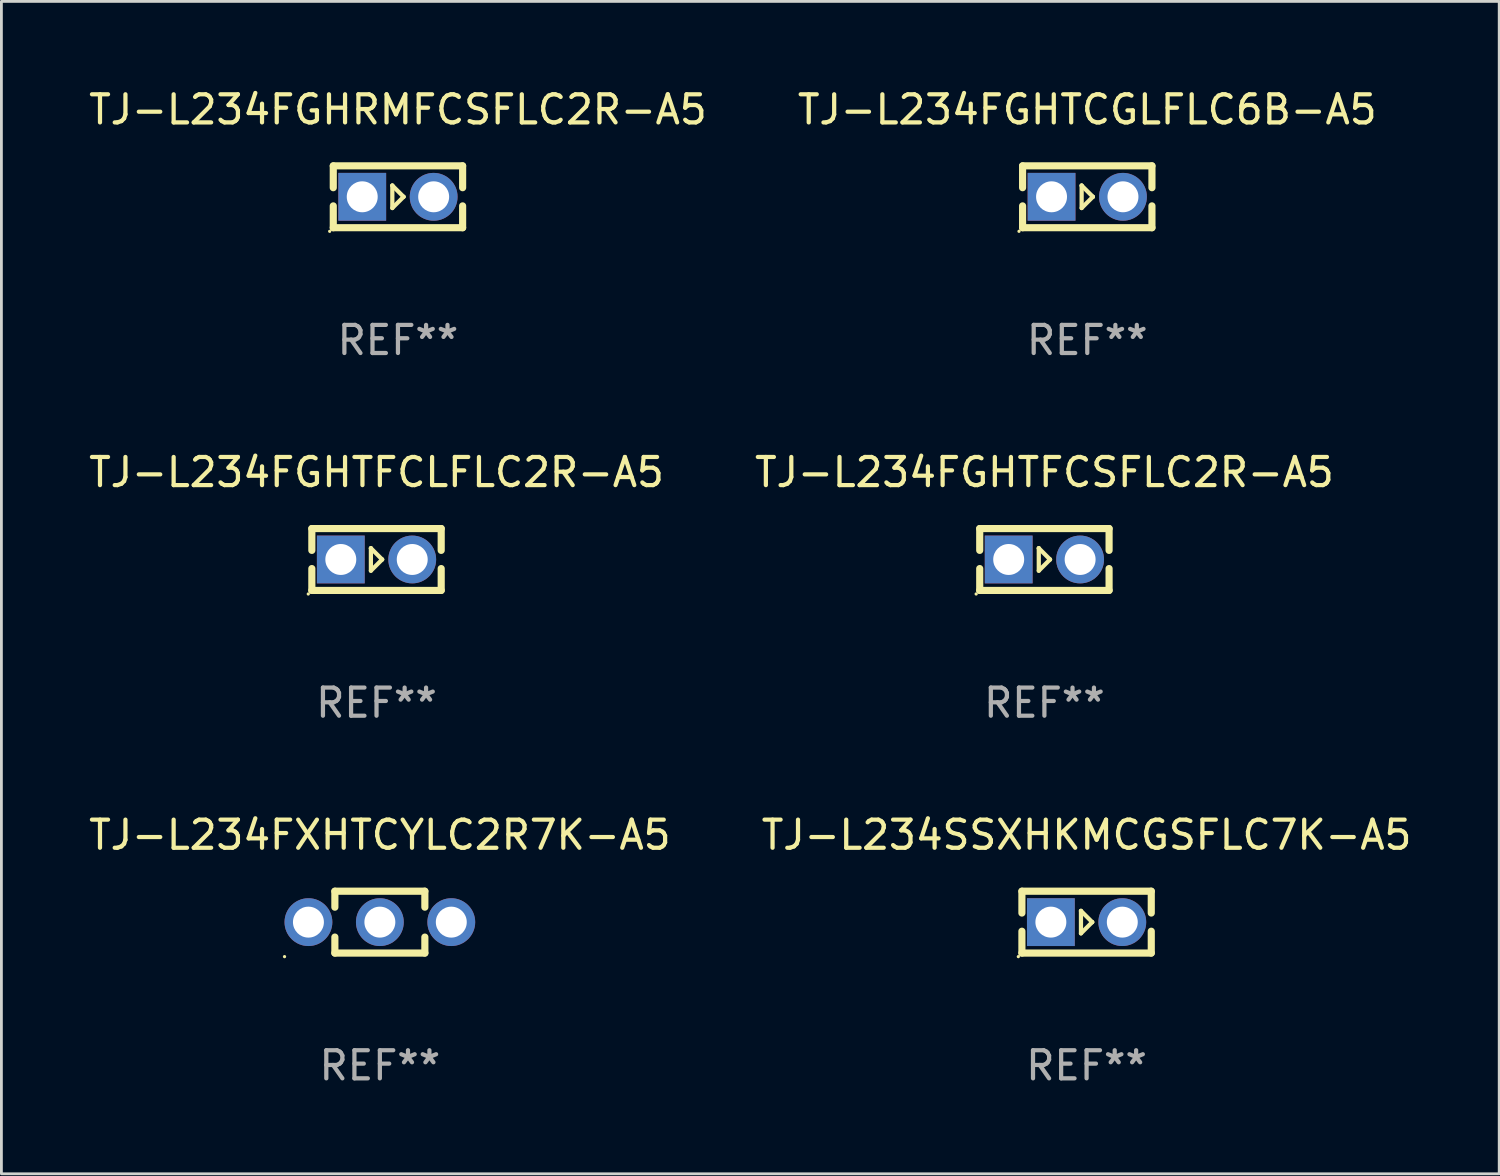
<source format=kicad_pcb>
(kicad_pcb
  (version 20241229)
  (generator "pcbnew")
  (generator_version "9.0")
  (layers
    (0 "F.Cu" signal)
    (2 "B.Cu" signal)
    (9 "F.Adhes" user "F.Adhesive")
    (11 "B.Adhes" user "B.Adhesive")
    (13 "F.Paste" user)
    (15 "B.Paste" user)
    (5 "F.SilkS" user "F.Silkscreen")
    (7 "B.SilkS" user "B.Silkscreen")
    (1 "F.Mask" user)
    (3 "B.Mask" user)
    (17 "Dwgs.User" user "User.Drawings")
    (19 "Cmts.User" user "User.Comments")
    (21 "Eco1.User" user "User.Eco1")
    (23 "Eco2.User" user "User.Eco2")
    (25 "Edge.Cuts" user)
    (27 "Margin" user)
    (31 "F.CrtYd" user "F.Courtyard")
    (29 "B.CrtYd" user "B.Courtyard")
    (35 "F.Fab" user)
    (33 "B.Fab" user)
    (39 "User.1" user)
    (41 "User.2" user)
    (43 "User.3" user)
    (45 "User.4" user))
  (footprint "TJ-L234FGHTFCLFLC2R-A5"
    (layer "F.Cu")
    (at 10.339 16.845)
    (property "Reference" "TJ-L234FGHTFCLFLC2R-A5" (at 0 -3.1 0) (layer "F.SilkS") (effects (font (size 1 1) (thickness 0.15))))
    (attr through_hole)
    (fp_line (start -2.3 -1.1) (end -2.3 -0.323) (stroke (width 0.254) (type solid)) (layer "F.SilkS"))
    (fp_line (start -2.3 -1.1) (end 2.3 -1.1) (stroke (width 0.254) (type solid)) (layer "F.SilkS"))
    (fp_line (start -2.3 0.323) (end -2.3 1.1) (stroke (width 0.254) (type solid)) (layer "F.SilkS"))
    (fp_line (start -2.3 1.1) (end 2.3 1.1) (stroke (width 0.254) (type solid)) (layer "F.SilkS"))
    (fp_line (start -0.2 -0.4) (end -0.2 -0.4) (stroke (width 0.15) (type solid)) (layer "F.SilkS"))
    (fp_line (start -0.2 -0.4) (end -0.2 0.4) (stroke (width 0.15) (type solid)) (layer "F.SilkS"))
    (fp_line (start -0.2 -0.4) (end 0.2 0) (stroke (width 0.15) (type solid)) (layer "F.SilkS"))
    (fp_line (start 0.2 0) (end -0.2 0.4) (stroke (width 0.15) (type solid)) (layer "F.SilkS"))
    (fp_line (start 0.2 0) (end 0.2 0) (stroke (width 0.15) (type solid)) (layer "F.SilkS"))
    (fp_line (start 2.3 -1.1) (end 2.3 -0.323) (stroke (width 0.254) (type solid)) (layer "F.SilkS"))
    (fp_line (start 2.3 0.323) (end 2.3 1.1) (stroke (width 0.254) (type solid)) (layer "F.SilkS"))
    (fp_circle (center -2.427 1.227) (end -2.397 1.227) (stroke (width 0.06) (type solid)) (fill no) (layer "F.SilkS"))
    (fp_text user "REF**" (at 0 5.1 0) (layer "F.Fab") (effects (font (size 1 1) (thickness 0.15))))
    (pad "1" thru_hole rect (at -1.27 0) (size 1.7 1.7) (drill 1.1) (layers "*.Cu" "*.Mask"))
    (pad "2" thru_hole circle (at 1.27 0) (size 1.7 1.7) (drill 1.1) (layers "*.Cu" "*.Mask")))
  (footprint "TJ-L234FXHTCYLC2R7K-A5"
    (layer "F.Cu")
    (at 10.458 29.741)
    (property "Reference" "TJ-L234FXHTCYLC2R7K-A5" (at 0 -3.1 0) (layer "F.SilkS") (effects (font (size 1 1) (thickness 0.15))))
    (attr through_hole)
    (fp_line (start -1.6 0.531) (end -1.6 1.1) (stroke (width 0.254) (type solid)) (layer "F.SilkS"))
    (fp_line (start -1.6 1.1) (end 1.6 1.1) (stroke (width 0.254) (type solid)) (layer "F.SilkS"))
    (fp_line (start -1.6 -1.1) (end -1.6 -0.531) (stroke (width 0.254) (type solid)) (layer "F.SilkS"))
    (fp_line (start -1.6 -1.1) (end 1.6 -1.1) (stroke (width 0.254) (type solid)) (layer "F.SilkS"))
    (fp_line (start 1.6 -1.1) (end 1.6 -0.532) (stroke (width 0.254) (type solid)) (layer "F.SilkS"))
    (fp_line (start 1.6 0.532) (end 1.6 1.1) (stroke (width 0.254) (type solid)) (layer "F.SilkS"))
    (fp_circle (center -3.39 1.227) (end -3.36 1.227) (stroke (width 0.06) (type solid)) (fill no) (layer "F.SilkS"))
    (fp_text user "REF**" (at 0 5.1 0) (layer "F.Fab") (effects (font (size 1 1) (thickness 0.15))))
    (pad "1" thru_hole circle (at -2.54 0.000089) (size 1.7 1.7) (drill 1.1) (layers "*.Cu" "*.Mask"))
    (pad "2" thru_hole circle (at 0 0.000089) (size 1.7 1.7) (drill 1.1) (layers "*.Cu" "*.Mask"))
    (pad "3" thru_hole circle (at 2.54 0.000089) (size 1.7 1.7) (drill 1.1) (layers "*.Cu" "*.Mask")))
  (footprint "TJ-L234SSXHKMCGSFLC7K-A5"
    (layer "F.Cu")
    (at 35.589 29.741)
    (property "Reference" "TJ-L234SSXHKMCGSFLC7K-A5" (at 0 -3.1 0) (layer "F.SilkS") (effects (font (size 1 1) (thickness 0.15))))
    (attr through_hole)
    (fp_line (start -2.3 -1.1) (end -2.3 -0.323) (stroke (width 0.254) (type solid)) (layer "F.SilkS"))
    (fp_line (start -2.3 -1.1) (end 2.3 -1.1) (stroke (width 0.254) (type solid)) (layer "F.SilkS"))
    (fp_line (start -2.3 0.323) (end -2.3 1.1) (stroke (width 0.254) (type solid)) (layer "F.SilkS"))
    (fp_line (start -2.3 1.1) (end 2.3 1.1) (stroke (width 0.254) (type solid)) (layer "F.SilkS"))
    (fp_line (start -0.2 -0.4) (end -0.2 -0.4) (stroke (width 0.15) (type solid)) (layer "F.SilkS"))
    (fp_line (start -0.2 -0.4) (end -0.2 0.4) (stroke (width 0.15) (type solid)) (layer "F.SilkS"))
    (fp_line (start -0.2 -0.4) (end 0.2 0) (stroke (width 0.15) (type solid)) (layer "F.SilkS"))
    (fp_line (start 0.2 0) (end -0.2 0.4) (stroke (width 0.15) (type solid)) (layer "F.SilkS"))
    (fp_line (start 0.2 0) (end 0.2 0) (stroke (width 0.15) (type solid)) (layer "F.SilkS"))
    (fp_line (start 2.3 -1.1) (end 2.3 -0.323) (stroke (width 0.254) (type solid)) (layer "F.SilkS"))
    (fp_line (start 2.3 0.323) (end 2.3 1.1) (stroke (width 0.254) (type solid)) (layer "F.SilkS"))
    (fp_circle (center -2.427 1.227) (end -2.397 1.227) (stroke (width 0.06) (type solid)) (fill no) (layer "F.SilkS"))
    (fp_text user "REF**" (at 0 5.1 0) (layer "F.Fab") (effects (font (size 1 1) (thickness 0.15))))
    (pad "1" thru_hole rect (at -1.27 0) (size 1.7 1.7) (drill 1.1) (layers "*.Cu" "*.Mask"))
    (pad "2" thru_hole circle (at 1.27 0) (size 1.7 1.7) (drill 1.1) (layers "*.Cu" "*.Mask")))
  (footprint "TJ-L234FGHRMFCSFLC2R-A5"
    (layer "F.Cu")
    (at 11.101 3.948)
    (property "Reference" "TJ-L234FGHRMFCSFLC2R-A5" (at 0 -3.1 0) (layer "F.SilkS") (effects (font (size 1 1) (thickness 0.15))))
    (attr through_hole)
    (fp_line (start -2.3 -1.1) (end -2.3 -0.323) (stroke (width 0.254) (type solid)) (layer "F.SilkS"))
    (fp_line (start -2.3 -1.1) (end 2.3 -1.1) (stroke (width 0.254) (type solid)) (layer "F.SilkS"))
    (fp_line (start -2.3 0.323) (end -2.3 1.1) (stroke (width 0.254) (type solid)) (layer "F.SilkS"))
    (fp_line (start -2.3 1.1) (end 2.3 1.1) (stroke (width 0.254) (type solid)) (layer "F.SilkS"))
    (fp_line (start -0.2 -0.4) (end -0.2 -0.4) (stroke (width 0.15) (type solid)) (layer "F.SilkS"))
    (fp_line (start -0.2 -0.4) (end -0.2 0.4) (stroke (width 0.15) (type solid)) (layer "F.SilkS"))
    (fp_line (start -0.2 -0.4) (end 0.2 0) (stroke (width 0.15) (type solid)) (layer "F.SilkS"))
    (fp_line (start 0.2 0) (end -0.2 0.4) (stroke (width 0.15) (type solid)) (layer "F.SilkS"))
    (fp_line (start 0.2 0) (end 0.2 0) (stroke (width 0.15) (type solid)) (layer "F.SilkS"))
    (fp_line (start 2.3 -1.1) (end 2.3 -0.323) (stroke (width 0.254) (type solid)) (layer "F.SilkS"))
    (fp_line (start 2.3 0.323) (end 2.3 1.1) (stroke (width 0.254) (type solid)) (layer "F.SilkS"))
    (fp_circle (center -2.427 1.227) (end -2.397 1.227) (stroke (width 0.06) (type solid)) (fill no) (layer "F.SilkS"))
    (fp_text user "REF**" (at 0 5.1 0) (layer "F.Fab") (effects (font (size 1 1) (thickness 0.15))))
    (pad "1" thru_hole rect (at -1.27 0) (size 1.7 1.7) (drill 1.1) (layers "*.Cu" "*.Mask"))
    (pad "2" thru_hole circle (at 1.27 0) (size 1.7 1.7) (drill 1.1) (layers "*.Cu" "*.Mask")))
  (footprint "TJ-L234FGHTCGLFLC6B-A5"
    (layer "F.Cu")
    (at 35.613 3.948)
    (property "Reference" "TJ-L234FGHTCGLFLC6B-A5" (at 0 -3.1 0) (layer "F.SilkS") (effects (font (size 1 1) (thickness 0.15))))
    (attr through_hole)
    (fp_line (start -2.3 -1.1) (end -2.3 -0.323) (stroke (width 0.254) (type solid)) (layer "F.SilkS"))
    (fp_line (start -2.3 -1.1) (end 2.3 -1.1) (stroke (width 0.254) (type solid)) (layer "F.SilkS"))
    (fp_line (start -2.3 0.323) (end -2.3 1.1) (stroke (width 0.254) (type solid)) (layer "F.SilkS"))
    (fp_line (start -2.3 1.1) (end 2.3 1.1) (stroke (width 0.254) (type solid)) (layer "F.SilkS"))
    (fp_line (start -0.2 -0.4) (end -0.2 -0.4) (stroke (width 0.15) (type solid)) (layer "F.SilkS"))
    (fp_line (start -0.2 -0.4) (end -0.2 0.4) (stroke (width 0.15) (type solid)) (layer "F.SilkS"))
    (fp_line (start -0.2 -0.4) (end 0.2 0) (stroke (width 0.15) (type solid)) (layer "F.SilkS"))
    (fp_line (start 0.2 0) (end -0.2 0.4) (stroke (width 0.15) (type solid)) (layer "F.SilkS"))
    (fp_line (start 0.2 0) (end 0.2 0) (stroke (width 0.15) (type solid)) (layer "F.SilkS"))
    (fp_line (start 2.3 -1.1) (end 2.3 -0.323) (stroke (width 0.254) (type solid)) (layer "F.SilkS"))
    (fp_line (start 2.3 0.323) (end 2.3 1.1) (stroke (width 0.254) (type solid)) (layer "F.SilkS"))
    (fp_circle (center -2.427 1.227) (end -2.397 1.227) (stroke (width 0.06) (type solid)) (fill no) (layer "F.SilkS"))
    (fp_text user "REF**" (at 0 5.1 0) (layer "F.Fab") (effects (font (size 1 1) (thickness 0.15))))
    (pad "1" thru_hole rect (at -1.27 0) (size 1.7 1.7) (drill 1.1) (layers "*.Cu" "*.Mask"))
    (pad "2" thru_hole circle (at 1.27 0) (size 1.7 1.7) (drill 1.1) (layers "*.Cu" "*.Mask")))
  (footprint "TJ-L234FGHTFCSFLC2R-A5"
    (layer "F.Cu")
    (at 34.089 16.845)
    (property "Reference" "TJ-L234FGHTFCSFLC2R-A5" (at 0 -3.1 0) (layer "F.SilkS") (effects (font (size 1 1) (thickness 0.15))))
    (attr through_hole)
    (fp_line (start -2.3 -1.1) (end -2.3 -0.323) (stroke (width 0.254) (type solid)) (layer "F.SilkS"))
    (fp_line (start -2.3 -1.1) (end 2.3 -1.1) (stroke (width 0.254) (type solid)) (layer "F.SilkS"))
    (fp_line (start -2.3 0.323) (end -2.3 1.1) (stroke (width 0.254) (type solid)) (layer "F.SilkS"))
    (fp_line (start -2.3 1.1) (end 2.3 1.1) (stroke (width 0.254) (type solid)) (layer "F.SilkS"))
    (fp_line (start -0.2 -0.4) (end -0.2 -0.4) (stroke (width 0.15) (type solid)) (layer "F.SilkS"))
    (fp_line (start -0.2 -0.4) (end -0.2 0.4) (stroke (width 0.15) (type solid)) (layer "F.SilkS"))
    (fp_line (start -0.2 -0.4) (end 0.2 0) (stroke (width 0.15) (type solid)) (layer "F.SilkS"))
    (fp_line (start 0.2 0) (end -0.2 0.4) (stroke (width 0.15) (type solid)) (layer "F.SilkS"))
    (fp_line (start 0.2 0) (end 0.2 0) (stroke (width 0.15) (type solid)) (layer "F.SilkS"))
    (fp_line (start 2.3 -1.1) (end 2.3 -0.323) (stroke (width 0.254) (type solid)) (layer "F.SilkS"))
    (fp_line (start 2.3 0.323) (end 2.3 1.1) (stroke (width 0.254) (type solid)) (layer "F.SilkS"))
    (fp_circle (center -2.427 1.227) (end -2.397 1.227) (stroke (width 0.06) (type solid)) (fill no) (layer "F.SilkS"))
    (fp_text user "REF**" (at 0 5.1 0) (layer "F.Fab") (effects (font (size 1 1) (thickness 0.15))))
    (pad "1" thru_hole rect (at -1.27 0) (size 1.7 1.7) (drill 1.1) (layers "*.Cu" "*.Mask"))
    (pad "2" thru_hole circle (at 1.27 0) (size 1.7 1.7) (drill 1.1) (layers "*.Cu" "*.Mask")))
  (gr_rect
    (start -3 -3)
    (end 50.262 38.69)
    (stroke (width 0.1) (type default))
    (fill no)
    (layer "Edge.Cuts")))
</source>
